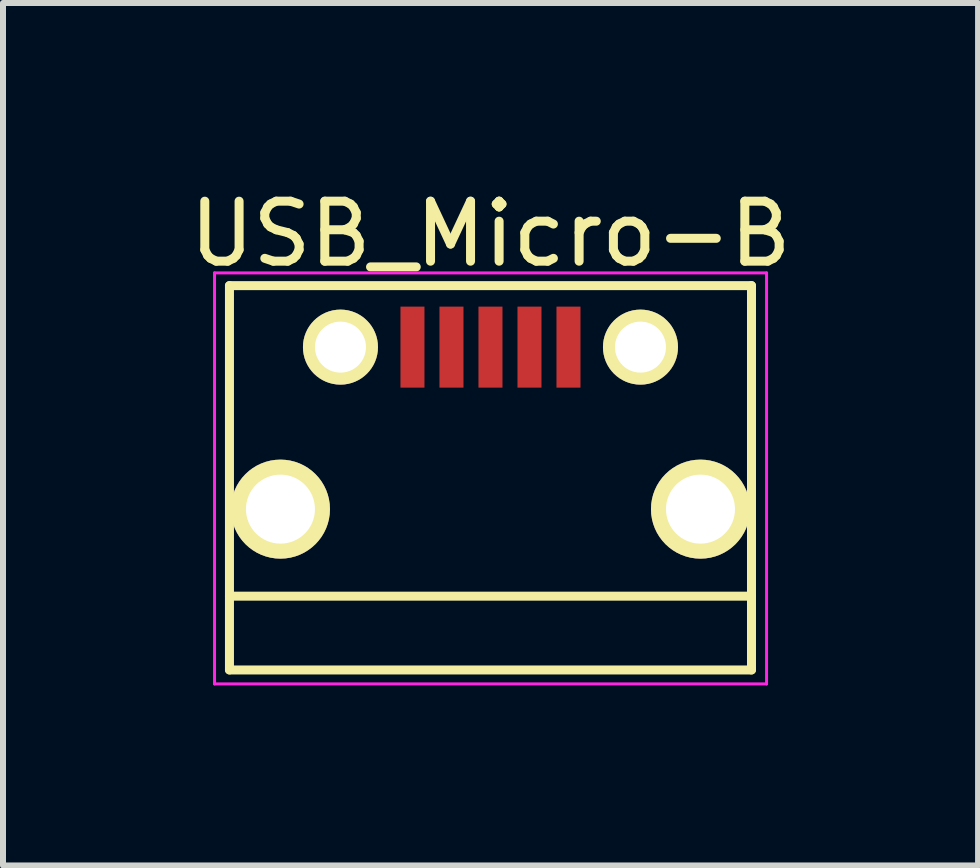
<source format=kicad_pcb>
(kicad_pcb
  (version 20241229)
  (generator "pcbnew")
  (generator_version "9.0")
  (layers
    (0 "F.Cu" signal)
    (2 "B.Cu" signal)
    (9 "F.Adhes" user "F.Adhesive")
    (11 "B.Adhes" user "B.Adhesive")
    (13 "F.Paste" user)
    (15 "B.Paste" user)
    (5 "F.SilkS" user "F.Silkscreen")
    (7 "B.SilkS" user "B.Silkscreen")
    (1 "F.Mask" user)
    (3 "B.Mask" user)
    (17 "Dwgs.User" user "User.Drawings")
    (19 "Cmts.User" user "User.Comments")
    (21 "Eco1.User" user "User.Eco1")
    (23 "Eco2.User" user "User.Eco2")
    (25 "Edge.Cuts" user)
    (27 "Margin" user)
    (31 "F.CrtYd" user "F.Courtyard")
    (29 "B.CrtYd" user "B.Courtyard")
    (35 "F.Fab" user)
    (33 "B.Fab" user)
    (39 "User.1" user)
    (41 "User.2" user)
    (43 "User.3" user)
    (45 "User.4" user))
  (footprint "USB_Micro-B"
    (layer "F.Cu")
    (at 5.125 4.298)
    (property "Reference" "USB_Micro-B" (at 0 -3.45 0) (layer "F.SilkS") (effects (font (size 1 1) (thickness 0.15))))
    (attr smd)
    (fp_line (start -4.351 -2.588) (end 4.349 -2.588) (stroke (width 0.15) (type solid)) (layer "F.SilkS"))
    (fp_line (start -4.351 3.817) (end -4.351 -2.588) (stroke (width 0.15) (type solid)) (layer "F.SilkS"))
    (fp_line (start -4.351 3.817) (end 4.349 3.817) (stroke (width 0.15) (type solid)) (layer "F.SilkS"))
    (fp_line (start 4.349 -2.588) (end 4.349 3.817) (stroke (width 0.15) (type solid)) (layer "F.SilkS"))
    (fp_line (start 4.349 2.587) (end -4.351 2.587) (stroke (width 0.15) (type solid)) (layer "F.SilkS"))
    (fp_line (start -4.6 -2.8) (end 4.6 -2.8) (stroke (width 0.05) (type solid)) (layer "F.CrtYd"))
    (fp_line (start -4.6 4.05) (end -4.6 -2.8) (stroke (width 0.05) (type solid)) (layer "F.CrtYd"))
    (fp_line (start 4.6 -2.8) (end 4.6 4.05) (stroke (width 0.05) (type solid)) (layer "F.CrtYd"))
    (fp_line (start 4.6 4.05) (end -4.6 4.05) (stroke (width 0.05) (type solid)) (layer "F.CrtYd"))
    (pad "1" smd rect (at -1.301 -1.563 90) (size 1.35 0.4) (layers "F.Cu" "F.Mask" "F.Paste"))
    (pad "2" smd rect (at -0.651 -1.563 90) (size 1.35 0.4) (layers "F.Cu" "F.Mask" "F.Paste"))
    (pad "3" smd rect (at -0.001 -1.563 90) (size 1.35 0.4) (layers "F.Cu" "F.Mask" "F.Paste"))
    (pad "4" smd rect (at 0.649 -1.563 90) (size 1.35 0.4) (layers "F.Cu" "F.Mask" "F.Paste"))
    (pad "5" smd rect (at 1.299 -1.563 90) (size 1.35 0.4) (layers "F.Cu" "F.Mask" "F.Paste"))
    (pad "6" thru_hole circle (at -3.501 1.137) (size 1.65 1.65) (drill 1.15) (layers "*.Cu" "*.Mask" "F.SilkS"))
    (pad "6" thru_hole circle (at -2.501 -1.563) (size 1.25 1.25) (drill 0.85) (layers "*.Cu" "*.Mask" "F.SilkS"))
    (pad "6" thru_hole circle (at 2.499 -1.563) (size 1.25 1.25) (drill 0.85) (layers "*.Cu" "*.Mask" "F.SilkS"))
    (pad "6" thru_hole circle (at 3.499 1.137) (size 1.65 1.65) (drill 1.15) (layers "*.Cu" "*.Mask" "F.SilkS")))
  (gr_rect
    (start -3 -3)
    (end 13.25 11.373)
    (stroke (width 0.1) (type default))
    (fill no)
    (layer "Edge.Cuts")))
</source>
